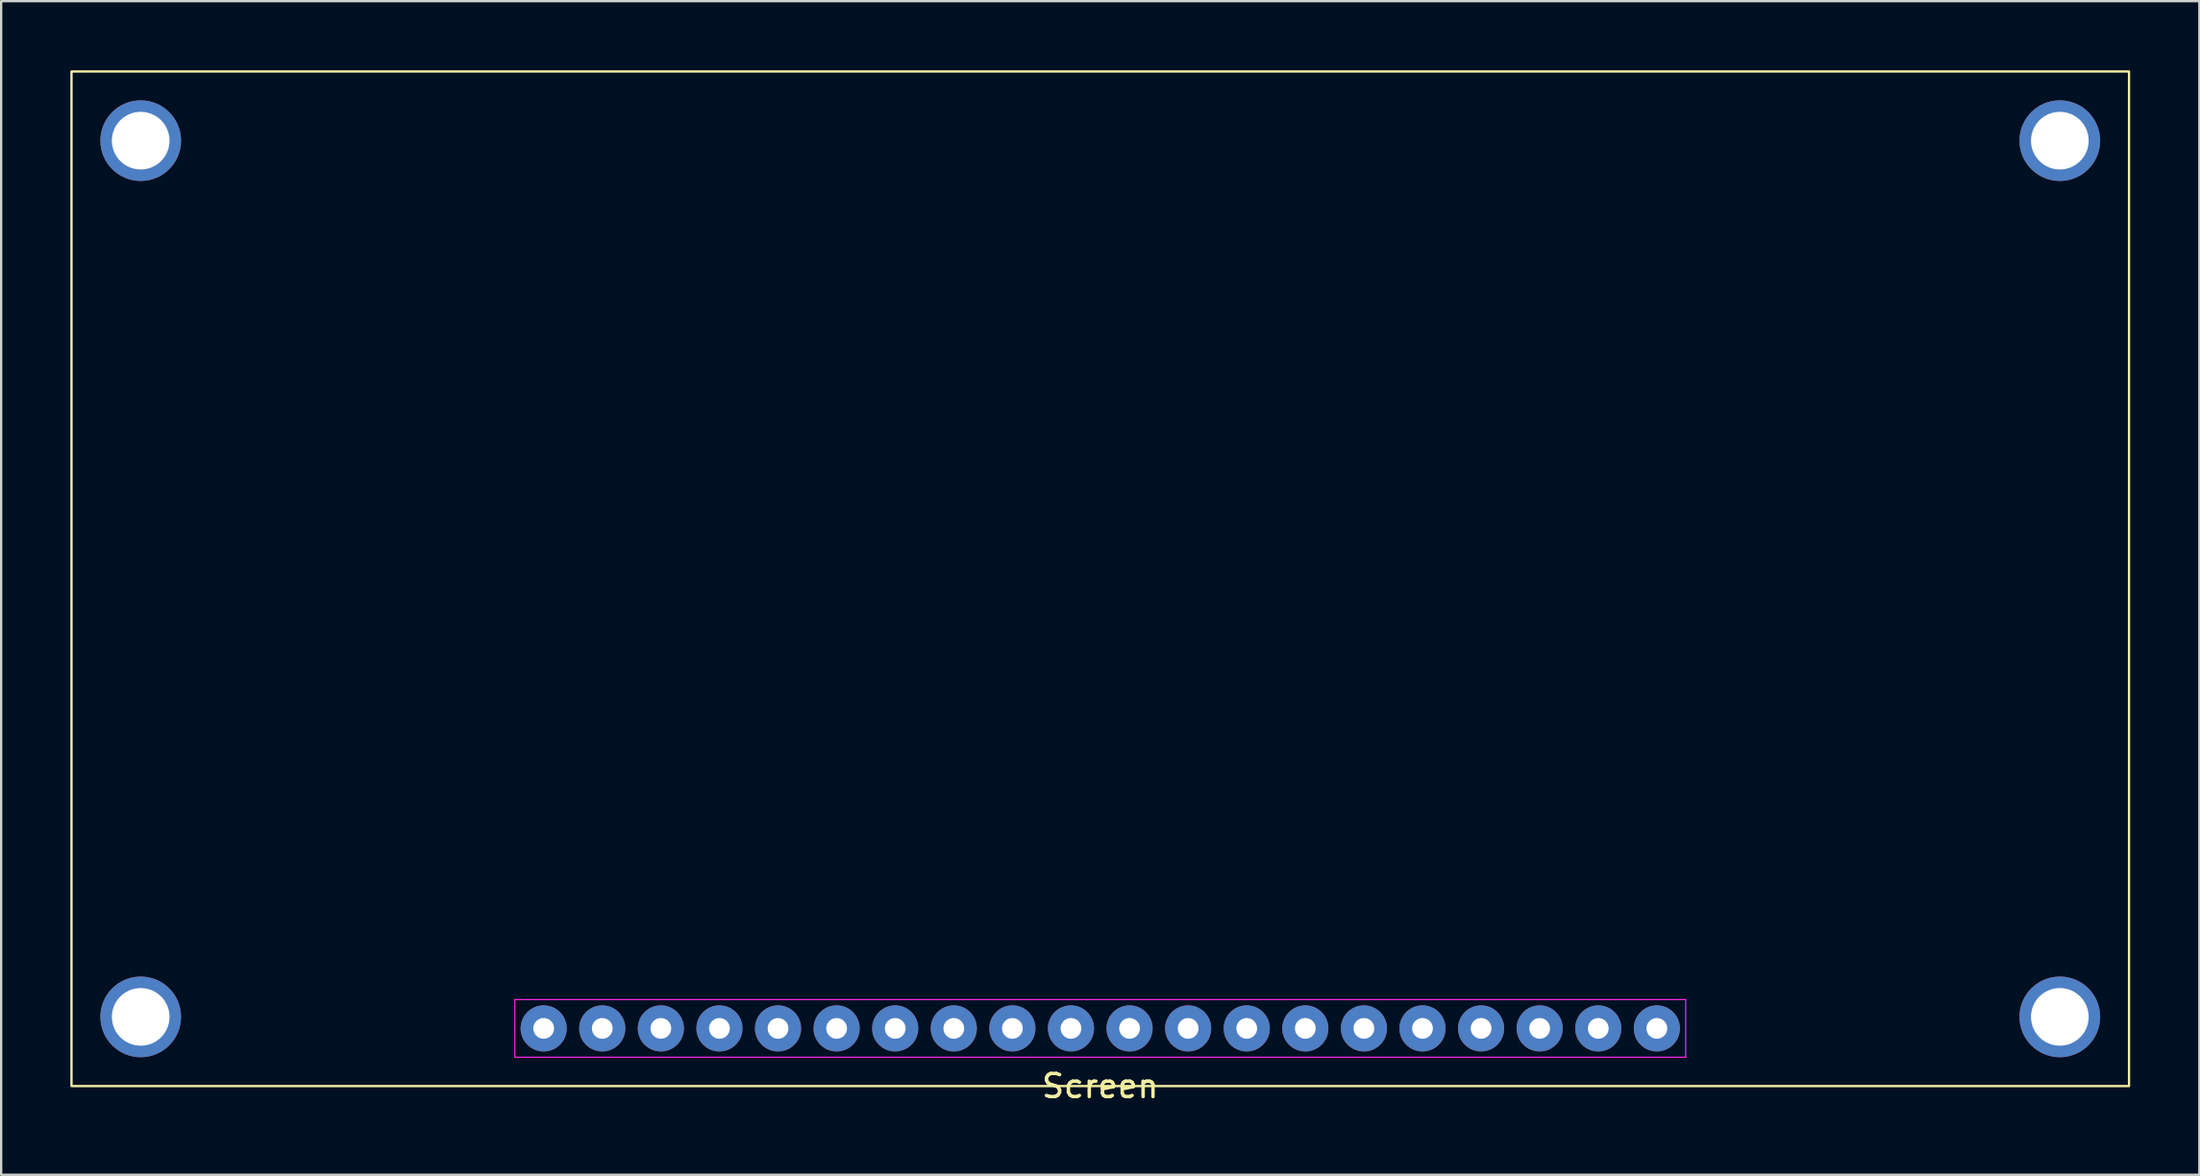
<source format=kicad_pcb>
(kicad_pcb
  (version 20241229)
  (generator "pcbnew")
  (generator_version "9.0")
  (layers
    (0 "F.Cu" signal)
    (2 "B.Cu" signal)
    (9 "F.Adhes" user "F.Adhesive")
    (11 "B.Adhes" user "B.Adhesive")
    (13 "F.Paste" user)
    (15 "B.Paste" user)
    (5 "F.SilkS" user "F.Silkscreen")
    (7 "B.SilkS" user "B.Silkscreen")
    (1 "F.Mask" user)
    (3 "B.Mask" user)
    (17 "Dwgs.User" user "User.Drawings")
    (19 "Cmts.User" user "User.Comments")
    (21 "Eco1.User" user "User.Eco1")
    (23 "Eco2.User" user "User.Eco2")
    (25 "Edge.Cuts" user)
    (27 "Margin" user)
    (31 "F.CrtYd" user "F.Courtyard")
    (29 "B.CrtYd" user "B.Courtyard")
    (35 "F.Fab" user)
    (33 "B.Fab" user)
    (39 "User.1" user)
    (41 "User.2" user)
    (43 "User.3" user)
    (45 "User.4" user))
  (footprint "Screen"
    (layer "F.Cu")
    (at 44.65 41.55)
    (property "Reference" "Screen" (at 0 2.5 0) (layer "F.SilkS") (effects (font (size 1 1) (thickness 0.15))))
    (attr through_hole)
    (fp_rect (start 44.6 2.5) (end -44.6 -41.5) (stroke (width 0.1) (type default)) (fill no) (layer "F.SilkS"))
    (fp_line (start -25.38 -1.25) (end 25.38 -1.25) (stroke (width 0.05) (type default)) (layer "F.CrtYd"))
    (fp_line (start -25.38 1.25) (end -25.38 -1.25) (stroke (width 0.05) (type default)) (layer "F.CrtYd"))
    (fp_line (start 25.38 -1.25) (end 25.38 1.25) (stroke (width 0.05) (type default)) (layer "F.CrtYd"))
    (fp_line (start 25.38 1.25) (end -25.38 1.25) (stroke (width 0.05) (type default)) (layer "F.CrtYd"))
    (pad "" np_thru_hole circle (at -41.6 -38.5) (size 3.5 3.5) (drill 2.5) (layers "*.Cu" "*.Mask"))
    (pad "" np_thru_hole circle (at -41.6 -0.5) (size 3.5 3.5) (drill 2.5) (layers "*.Cu" "*.Mask"))
    (pad "" np_thru_hole circle (at 41.6 -38.5) (size 3.5 3.5) (drill 2.5) (layers "*.Cu" "*.Mask"))
    (pad "" np_thru_hole circle (at 41.6 -0.5) (size 3.5 3.5) (drill 2.5) (layers "*.Cu" "*.Mask"))
    (pad "1" thru_hole circle (at -24.13 0) (size 2 2) (drill 0.9) (layers "*.Cu" "*.Mask"))
    (pad "2" thru_hole circle (at -21.59 0) (size 2 2) (drill 0.9) (layers "*.Cu" "*.Mask"))
    (pad "3" thru_hole circle (at -19.05 0) (size 2 2) (drill 0.9) (layers "*.Cu" "*.Mask"))
    (pad "4" thru_hole circle (at -16.51 0) (size 2 2) (drill 0.9) (layers "*.Cu" "*.Mask"))
    (pad "5" thru_hole circle (at -13.97 0) (size 2 2) (drill 0.9) (layers "*.Cu" "*.Mask"))
    (pad "6" thru_hole circle (at -11.43 0) (size 2 2) (drill 0.9) (layers "*.Cu" "*.Mask"))
    (pad "7" thru_hole circle (at -8.89 0) (size 2 2) (drill 0.9) (layers "*.Cu" "*.Mask"))
    (pad "8" thru_hole circle (at -6.35 0) (size 2 2) (drill 0.9) (layers "*.Cu" "*.Mask"))
    (pad "9" thru_hole circle (at -3.81 0) (size 2 2) (drill 0.9) (layers "*.Cu" "*.Mask"))
    (pad "10" thru_hole circle (at -1.27 0) (size 2 2) (drill 0.9) (layers "*.Cu" "*.Mask"))
    (pad "11" thru_hole circle (at 1.27 0) (size 2 2) (drill 0.9) (layers "*.Cu" "*.Mask"))
    (pad "12" thru_hole circle (at 3.81 0) (size 2 2) (drill 0.9) (layers "*.Cu" "*.Mask"))
    (pad "13" thru_hole circle (at 6.35 0) (size 2 2) (drill 0.9) (layers "*.Cu" "*.Mask"))
    (pad "14" thru_hole circle (at 8.89 0) (size 2 2) (drill 0.9) (layers "*.Cu" "*.Mask"))
    (pad "15" thru_hole circle (at 11.43 0) (size 2 2) (drill 0.9) (layers "*.Cu" "*.Mask"))
    (pad "16" thru_hole circle (at 13.97 0) (size 2 2) (drill 0.9) (layers "*.Cu" "*.Mask"))
    (pad "17" thru_hole circle (at 16.51 0) (size 2 2) (drill 0.9) (layers "*.Cu" "*.Mask"))
    (pad "18" thru_hole circle (at 19.05 0) (size 2 2) (drill 0.9) (layers "*.Cu" "*.Mask"))
    (pad "19" thru_hole circle (at 21.59 0) (size 2 2) (drill 0.9) (layers "*.Cu" "*.Mask"))
    (pad "20" thru_hole circle (at 24.13 0) (size 2 2) (drill 0.9) (layers "*.Cu" "*.Mask")))
  (gr_rect
    (start -3 -3)
    (end 92.3 47.898)
    (stroke (width 0.1) (type default))
    (fill no)
    (layer "Edge.Cuts")))
</source>
